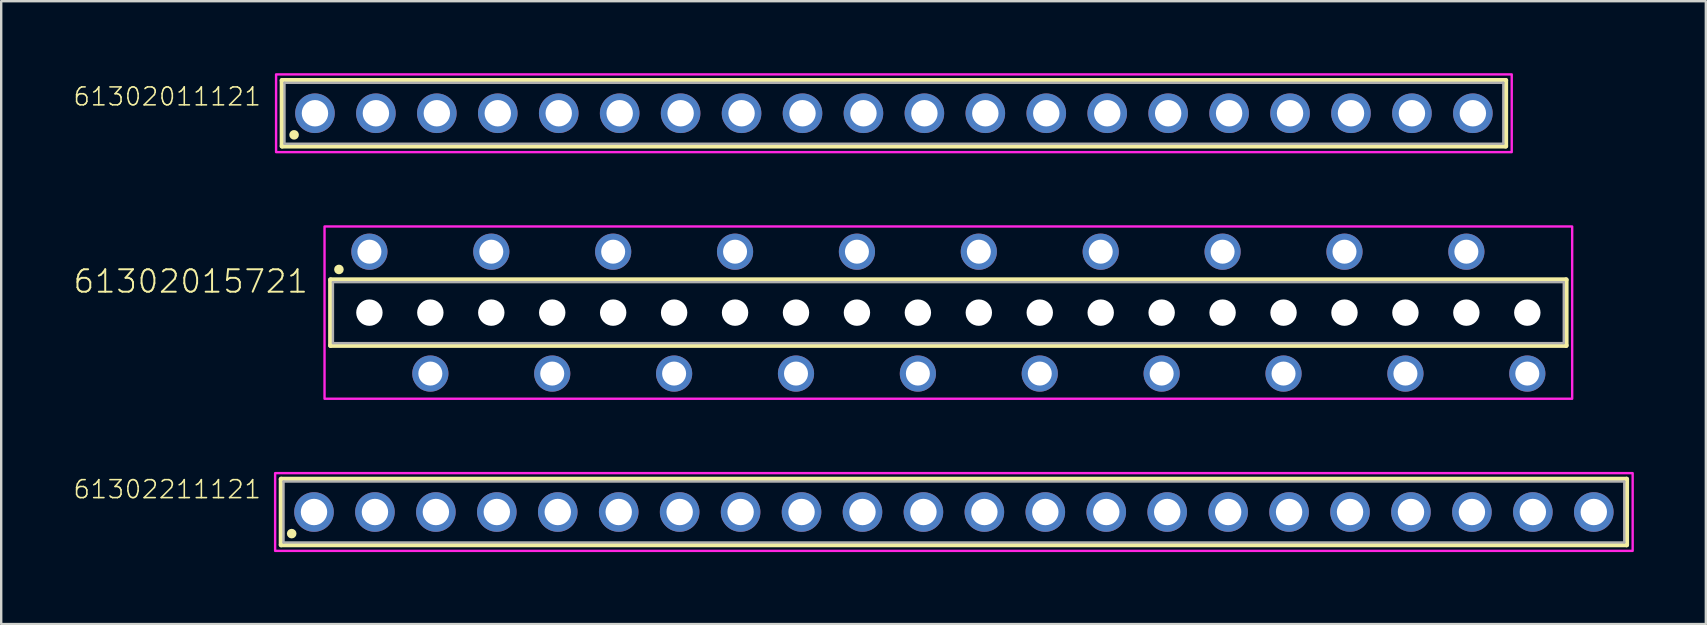
<source format=kicad_pcb>
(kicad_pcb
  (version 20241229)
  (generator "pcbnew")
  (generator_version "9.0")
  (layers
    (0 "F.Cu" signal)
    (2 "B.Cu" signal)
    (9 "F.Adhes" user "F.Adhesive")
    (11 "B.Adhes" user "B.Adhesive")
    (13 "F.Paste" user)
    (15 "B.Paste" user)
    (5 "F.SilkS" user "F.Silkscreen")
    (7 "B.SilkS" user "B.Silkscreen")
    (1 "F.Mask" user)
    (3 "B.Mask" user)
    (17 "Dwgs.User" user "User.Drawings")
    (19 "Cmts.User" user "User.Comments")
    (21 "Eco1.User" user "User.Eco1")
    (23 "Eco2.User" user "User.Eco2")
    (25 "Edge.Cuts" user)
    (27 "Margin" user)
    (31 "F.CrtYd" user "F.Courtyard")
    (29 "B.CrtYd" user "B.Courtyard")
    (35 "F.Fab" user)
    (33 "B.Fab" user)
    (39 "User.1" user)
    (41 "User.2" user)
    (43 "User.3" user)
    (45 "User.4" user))
  (footprint "61302211121"
    (layer "F.Cu")
    (at 36.707 18.29)
    (property "Reference" "61302211121" (at -28.828 -0.506 0) (unlocked yes) (layer "F.SilkS") (effects (font (size 0.748 0.748) (thickness 0.065)) (justify right bottom)))
    (fp_line (start -28.04 -1.37) (end 28.04 -1.37) (stroke (width 0.2) (type solid)) (layer "F.SilkS"))
    (fp_line (start -28.04 1.37) (end -28.04 -1.37) (stroke (width 0.2) (type solid)) (layer "F.SilkS"))
    (fp_line (start 28.04 -1.37) (end 28.04 1.37) (stroke (width 0.2) (type solid)) (layer "F.SilkS"))
    (fp_line (start 28.04 1.37) (end -28.04 1.37) (stroke (width 0.2) (type solid)) (layer "F.SilkS"))
    (fp_circle (center -27.6 0.9) (end -27.5 0.9) (stroke (width 0.2) (type solid)) (fill no) (layer "F.SilkS"))
    (fp_poly (pts (xy 28.29 1.62) (xy -28.29 1.62) (xy -28.29 -1.62) (xy 28.29 -1.62)) (stroke (width 0.1) (type default)) (fill no) (layer "F.CrtYd"))
    (fp_line (start -27.94 -1.27) (end -27.94 1.27) (stroke (width 0.1) (type solid)) (layer "F.Fab"))
    (fp_line (start -27.94 1.27) (end 27.94 1.27) (stroke (width 0.1) (type solid)) (layer "F.Fab"))
    (fp_line (start 27.94 -1.27) (end -27.94 -1.27) (stroke (width 0.1) (type solid)) (layer "F.Fab"))
    (fp_line (start 27.94 1.27) (end 27.94 -1.27) (stroke (width 0.1) (type solid)) (layer "F.Fab"))
    (pad "1" thru_hole circle (at -26.67 0) (size 1.65 1.65) (drill 1.1) (layers "*.Cu" "*.Mask"))
    (pad "2" thru_hole circle (at -24.13 0) (size 1.65 1.65) (drill 1.1) (layers "*.Cu" "*.Mask"))
    (pad "3" thru_hole circle (at -21.59 0) (size 1.65 1.65) (drill 1.1) (layers "*.Cu" "*.Mask"))
    (pad "4" thru_hole circle (at -19.05 0) (size 1.65 1.65) (drill 1.1) (layers "*.Cu" "*.Mask"))
    (pad "5" thru_hole circle (at -16.51 0) (size 1.65 1.65) (drill 1.1) (layers "*.Cu" "*.Mask"))
    (pad "6" thru_hole circle (at -13.97 0) (size 1.65 1.65) (drill 1.1) (layers "*.Cu" "*.Mask"))
    (pad "7" thru_hole circle (at -11.43 0) (size 1.65 1.65) (drill 1.1) (layers "*.Cu" "*.Mask"))
    (pad "8" thru_hole circle (at -8.89 0) (size 1.65 1.65) (drill 1.1) (layers "*.Cu" "*.Mask"))
    (pad "9" thru_hole circle (at -6.35 0) (size 1.65 1.65) (drill 1.1) (layers "*.Cu" "*.Mask"))
    (pad "10" thru_hole circle (at -3.81 0) (size 1.65 1.65) (drill 1.1) (layers "*.Cu" "*.Mask"))
    (pad "11" thru_hole circle (at -1.27 0) (size 1.65 1.65) (drill 1.1) (layers "*.Cu" "*.Mask"))
    (pad "12" thru_hole circle (at 1.27 0) (size 1.65 1.65) (drill 1.1) (layers "*.Cu" "*.Mask"))
    (pad "13" thru_hole circle (at 3.81 0) (size 1.65 1.65) (drill 1.1) (layers "*.Cu" "*.Mask"))
    (pad "14" thru_hole circle (at 6.35 0) (size 1.65 1.65) (drill 1.1) (layers "*.Cu" "*.Mask"))
    (pad "15" thru_hole circle (at 8.89 0) (size 1.65 1.65) (drill 1.1) (layers "*.Cu" "*.Mask"))
    (pad "16" thru_hole circle (at 11.43 0) (size 1.65 1.65) (drill 1.1) (layers "*.Cu" "*.Mask"))
    (pad "17" thru_hole circle (at 13.97 0) (size 1.65 1.65) (drill 1.1) (layers "*.Cu" "*.Mask"))
    (pad "18" thru_hole circle (at 16.51 0) (size 1.65 1.65) (drill 1.1) (layers "*.Cu" "*.Mask"))
    (pad "19" thru_hole circle (at 19.05 0) (size 1.65 1.65) (drill 1.1) (layers "*.Cu" "*.Mask"))
    (pad "20" thru_hole circle (at 21.59 0) (size 1.65 1.65) (drill 1.1) (layers "*.Cu" "*.Mask"))
    (pad "21" thru_hole circle (at 24.13 0) (size 1.65 1.65) (drill 1.1) (layers "*.Cu" "*.Mask"))
    (pad "22" thru_hole circle (at 26.67 0) (size 1.65 1.65) (drill 1.1) (layers "*.Cu" "*.Mask")))
  (footprint "61302011121"
    (layer "F.Cu")
    (at 34.207 1.67)
    (property "Reference" "61302011121" (at -26.328 -0.256 0) (unlocked yes) (layer "F.SilkS") (effects (font (size 0.748 0.748) (thickness 0.065)) (justify right bottom)))
    (fp_line (start -25.5 -1.37) (end 25.5 -1.37) (stroke (width 0.2) (type solid)) (layer "F.SilkS"))
    (fp_line (start -25.5 1.37) (end -25.5 -1.37) (stroke (width 0.2) (type solid)) (layer "F.SilkS"))
    (fp_line (start 25.5 -1.37) (end 25.5 1.37) (stroke (width 0.2) (type solid)) (layer "F.SilkS"))
    (fp_line (start 25.5 1.37) (end -25.5 1.37) (stroke (width 0.2) (type solid)) (layer "F.SilkS"))
    (fp_circle (center -25 0.9) (end -24.9 0.9) (stroke (width 0.2) (type solid)) (fill no) (layer "F.SilkS"))
    (fp_poly (pts (xy 25.75 1.62) (xy -25.75 1.62) (xy -25.75 -1.62) (xy 25.75 -1.62)) (stroke (width 0.1) (type default)) (fill no) (layer "F.CrtYd"))
    (fp_line (start -25.4 -1.27) (end -25.4 1.27) (stroke (width 0.1) (type solid)) (layer "F.Fab"))
    (fp_line (start -25.4 1.27) (end 25.4 1.27) (stroke (width 0.1) (type solid)) (layer "F.Fab"))
    (fp_line (start 25.4 -1.27) (end -25.4 -1.27) (stroke (width 0.1) (type solid)) (layer "F.Fab"))
    (fp_line (start 25.4 1.27) (end 25.4 -1.27) (stroke (width 0.1) (type solid)) (layer "F.Fab"))
    (pad "1" thru_hole circle (at -24.13 0) (size 1.65 1.65) (drill 1.1) (layers "*.Cu" "*.Mask"))
    (pad "2" thru_hole circle (at -21.59 0) (size 1.65 1.65) (drill 1.1) (layers "*.Cu" "*.Mask"))
    (pad "3" thru_hole circle (at -19.05 0) (size 1.65 1.65) (drill 1.1) (layers "*.Cu" "*.Mask"))
    (pad "4" thru_hole circle (at -16.51 0) (size 1.65 1.65) (drill 1.1) (layers "*.Cu" "*.Mask"))
    (pad "5" thru_hole circle (at -13.97 0) (size 1.65 1.65) (drill 1.1) (layers "*.Cu" "*.Mask"))
    (pad "6" thru_hole circle (at -11.43 0) (size 1.65 1.65) (drill 1.1) (layers "*.Cu" "*.Mask"))
    (pad "7" thru_hole circle (at -8.89 0) (size 1.65 1.65) (drill 1.1) (layers "*.Cu" "*.Mask"))
    (pad "8" thru_hole circle (at -6.35 0) (size 1.65 1.65) (drill 1.1) (layers "*.Cu" "*.Mask"))
    (pad "9" thru_hole circle (at -3.81 0) (size 1.65 1.65) (drill 1.1) (layers "*.Cu" "*.Mask"))
    (pad "10" thru_hole circle (at -1.27 0) (size 1.65 1.65) (drill 1.1) (layers "*.Cu" "*.Mask"))
    (pad "11" thru_hole circle (at 1.27 0) (size 1.65 1.65) (drill 1.1) (layers "*.Cu" "*.Mask"))
    (pad "12" thru_hole circle (at 3.81 0) (size 1.65 1.65) (drill 1.1) (layers "*.Cu" "*.Mask"))
    (pad "13" thru_hole circle (at 6.35 0) (size 1.65 1.65) (drill 1.1) (layers "*.Cu" "*.Mask"))
    (pad "14" thru_hole circle (at 8.89 0) (size 1.65 1.65) (drill 1.1) (layers "*.Cu" "*.Mask"))
    (pad "15" thru_hole circle (at 11.43 0) (size 1.65 1.65) (drill 1.1) (layers "*.Cu" "*.Mask"))
    (pad "16" thru_hole circle (at 13.97 0) (size 1.65 1.65) (drill 1.1) (layers "*.Cu" "*.Mask"))
    (pad "17" thru_hole circle (at 16.51 0) (size 1.65 1.65) (drill 1.1) (layers "*.Cu" "*.Mask"))
    (pad "18" thru_hole circle (at 19.05 0) (size 1.65 1.65) (drill 1.1) (layers "*.Cu" "*.Mask"))
    (pad "19" thru_hole circle (at 21.59 0) (size 1.65 1.65) (drill 1.1) (layers "*.Cu" "*.Mask"))
    (pad "20" thru_hole circle (at 24.13 0) (size 1.65 1.65) (drill 1.1) (layers "*.Cu" "*.Mask")))
  (footprint "61302015721"
    (layer "F.Cu")
    (at 36.476 9.98)
    (property "Reference" "61302015721" (at -26.627 -0.754 0) (unlocked yes) (layer "F.SilkS") (effects (font (size 0.935 0.935) (thickness 0.081)) (justify right bottom)))
    (fp_line (start -25.75 -1.37) (end 25.75 -1.37) (stroke (width 0.2) (type solid)) (layer "F.SilkS"))
    (fp_line (start -25.75 1.37) (end -25.75 -1.37) (stroke (width 0.2) (type solid)) (layer "F.SilkS"))
    (fp_line (start 25.75 -1.37) (end 25.75 1.37) (stroke (width 0.2) (type solid)) (layer "F.SilkS"))
    (fp_line (start 25.75 1.37) (end -25.75 1.37) (stroke (width 0.2) (type solid)) (layer "F.SilkS"))
    (fp_circle (center -25.4 -1.8) (end -25.3 -1.8) (stroke (width 0.2) (type solid)) (fill no) (layer "F.SilkS"))
    (fp_poly (pts (xy 26 3.59) (xy -26 3.59) (xy -26 -3.59) (xy 26 -3.59)) (stroke (width 0.1) (type default)) (fill no) (layer "F.CrtYd"))
    (fp_line (start -25.65 -1.27) (end 25.65 -1.27) (stroke (width 0.1) (type solid)) (layer "F.Fab"))
    (fp_line (start -25.65 1.27) (end -25.65 -1.27) (stroke (width 0.1) (type solid)) (layer "F.Fab"))
    (fp_line (start 25.65 -1.27) (end 25.65 1.27) (stroke (width 0.1) (type solid)) (layer "F.Fab"))
    (fp_line (start 25.65 1.27) (end -25.65 1.27) (stroke (width 0.1) (type solid)) (layer "F.Fab"))
    (pad "" np_thru_hole circle (at -24.13 0) (size 1.1 1.1) (drill 1.1) (layers "*.Cu" "*.Mask"))
    (pad "" np_thru_hole circle (at -21.59 0) (size 1.1 1.1) (drill 1.1) (layers "*.Cu" "*.Mask"))
    (pad "" np_thru_hole circle (at -19.05 0) (size 1.1 1.1) (drill 1.1) (layers "*.Cu" "*.Mask"))
    (pad "" np_thru_hole circle (at -16.51 0) (size 1.1 1.1) (drill 1.1) (layers "*.Cu" "*.Mask"))
    (pad "" np_thru_hole circle (at -13.97 0) (size 1.1 1.1) (drill 1.1) (layers "*.Cu" "*.Mask"))
    (pad "" np_thru_hole circle (at -11.43 0) (size 1.1 1.1) (drill 1.1) (layers "*.Cu" "*.Mask"))
    (pad "" np_thru_hole circle (at -8.89 0) (size 1.1 1.1) (drill 1.1) (layers "*.Cu" "*.Mask"))
    (pad "" np_thru_hole circle (at -6.35 0) (size 1.1 1.1) (drill 1.1) (layers "*.Cu" "*.Mask"))
    (pad "" np_thru_hole circle (at -3.81 0) (size 1.1 1.1) (drill 1.1) (layers "*.Cu" "*.Mask"))
    (pad "" np_thru_hole circle (at -1.27 0) (size 1.1 1.1) (drill 1.1) (layers "*.Cu" "*.Mask"))
    (pad "" np_thru_hole circle (at 1.27 0) (size 1.1 1.1) (drill 1.1) (layers "*.Cu" "*.Mask"))
    (pad "" np_thru_hole circle (at 3.81 0) (size 1.1 1.1) (drill 1.1) (layers "*.Cu" "*.Mask"))
    (pad "" np_thru_hole circle (at 6.35 0) (size 1.1 1.1) (drill 1.1) (layers "*.Cu" "*.Mask"))
    (pad "" np_thru_hole circle (at 8.89 0) (size 1.1 1.1) (drill 1.1) (layers "*.Cu" "*.Mask"))
    (pad "" np_thru_hole circle (at 11.43 0) (size 1.1 1.1) (drill 1.1) (layers "*.Cu" "*.Mask"))
    (pad "" np_thru_hole circle (at 13.97 0) (size 1.1 1.1) (drill 1.1) (layers "*.Cu" "*.Mask"))
    (pad "" np_thru_hole circle (at 16.51 0) (size 1.1 1.1) (drill 1.1) (layers "*.Cu" "*.Mask"))
    (pad "" np_thru_hole circle (at 19.05 0) (size 1.1 1.1) (drill 1.1) (layers "*.Cu" "*.Mask"))
    (pad "" np_thru_hole circle (at 21.59 0) (size 1.1 1.1) (drill 1.1) (layers "*.Cu" "*.Mask"))
    (pad "" np_thru_hole circle (at 24.13 0) (size 1.1 1.1) (drill 1.1) (layers "*.Cu" "*.Mask"))
    (pad "1" thru_hole circle (at -24.13 -2.54) (size 1.508 1.508) (drill 1) (layers "*.Cu" "*.Mask"))
    (pad "2" thru_hole circle (at -21.59 2.54) (size 1.508 1.508) (drill 1) (layers "*.Cu" "*.Mask"))
    (pad "3" thru_hole circle (at -19.05 -2.54) (size 1.508 1.508) (drill 1) (layers "*.Cu" "*.Mask"))
    (pad "4" thru_hole circle (at -16.51 2.54) (size 1.508 1.508) (drill 1) (layers "*.Cu" "*.Mask"))
    (pad "5" thru_hole circle (at -13.97 -2.54) (size 1.508 1.508) (drill 1) (layers "*.Cu" "*.Mask"))
    (pad "6" thru_hole circle (at -11.43 2.54) (size 1.508 1.508) (drill 1) (layers "*.Cu" "*.Mask"))
    (pad "7" thru_hole circle (at -8.89 -2.54) (size 1.508 1.508) (drill 1) (layers "*.Cu" "*.Mask"))
    (pad "8" thru_hole circle (at -6.35 2.54) (size 1.508 1.508) (drill 1) (layers "*.Cu" "*.Mask"))
    (pad "9" thru_hole circle (at -3.81 -2.54) (size 1.508 1.508) (drill 1) (layers "*.Cu" "*.Mask"))
    (pad "10" thru_hole circle (at -1.27 2.54) (size 1.508 1.508) (drill 1) (layers "*.Cu" "*.Mask"))
    (pad "11" thru_hole circle (at 1.27 -2.54) (size 1.508 1.508) (drill 1) (layers "*.Cu" "*.Mask"))
    (pad "12" thru_hole circle (at 3.81 2.54) (size 1.508 1.508) (drill 1) (layers "*.Cu" "*.Mask"))
    (pad "13" thru_hole circle (at 6.35 -2.54) (size 1.508 1.508) (drill 1) (layers "*.Cu" "*.Mask"))
    (pad "14" thru_hole circle (at 8.89 2.54) (size 1.508 1.508) (drill 1) (layers "*.Cu" "*.Mask"))
    (pad "15" thru_hole circle (at 11.43 -2.54) (size 1.508 1.508) (drill 1) (layers "*.Cu" "*.Mask"))
    (pad "16" thru_hole circle (at 13.97 2.54) (size 1.508 1.508) (drill 1) (layers "*.Cu" "*.Mask"))
    (pad "17" thru_hole circle (at 16.51 -2.54) (size 1.508 1.508) (drill 1) (layers "*.Cu" "*.Mask"))
    (pad "18" thru_hole circle (at 19.05 2.54) (size 1.508 1.508) (drill 1) (layers "*.Cu" "*.Mask"))
    (pad "19" thru_hole circle (at 21.59 -2.54) (size 1.508 1.508) (drill 1) (layers "*.Cu" "*.Mask"))
    (pad "20" thru_hole circle (at 24.13 2.54) (size 1.508 1.508) (drill 1) (layers "*.Cu" "*.Mask")))
  (gr_rect
    (start -3 -3)
    (end 68.047 22.96)
    (stroke (width 0.1) (type default))
    (fill no)
    (layer "Edge.Cuts")))
</source>
